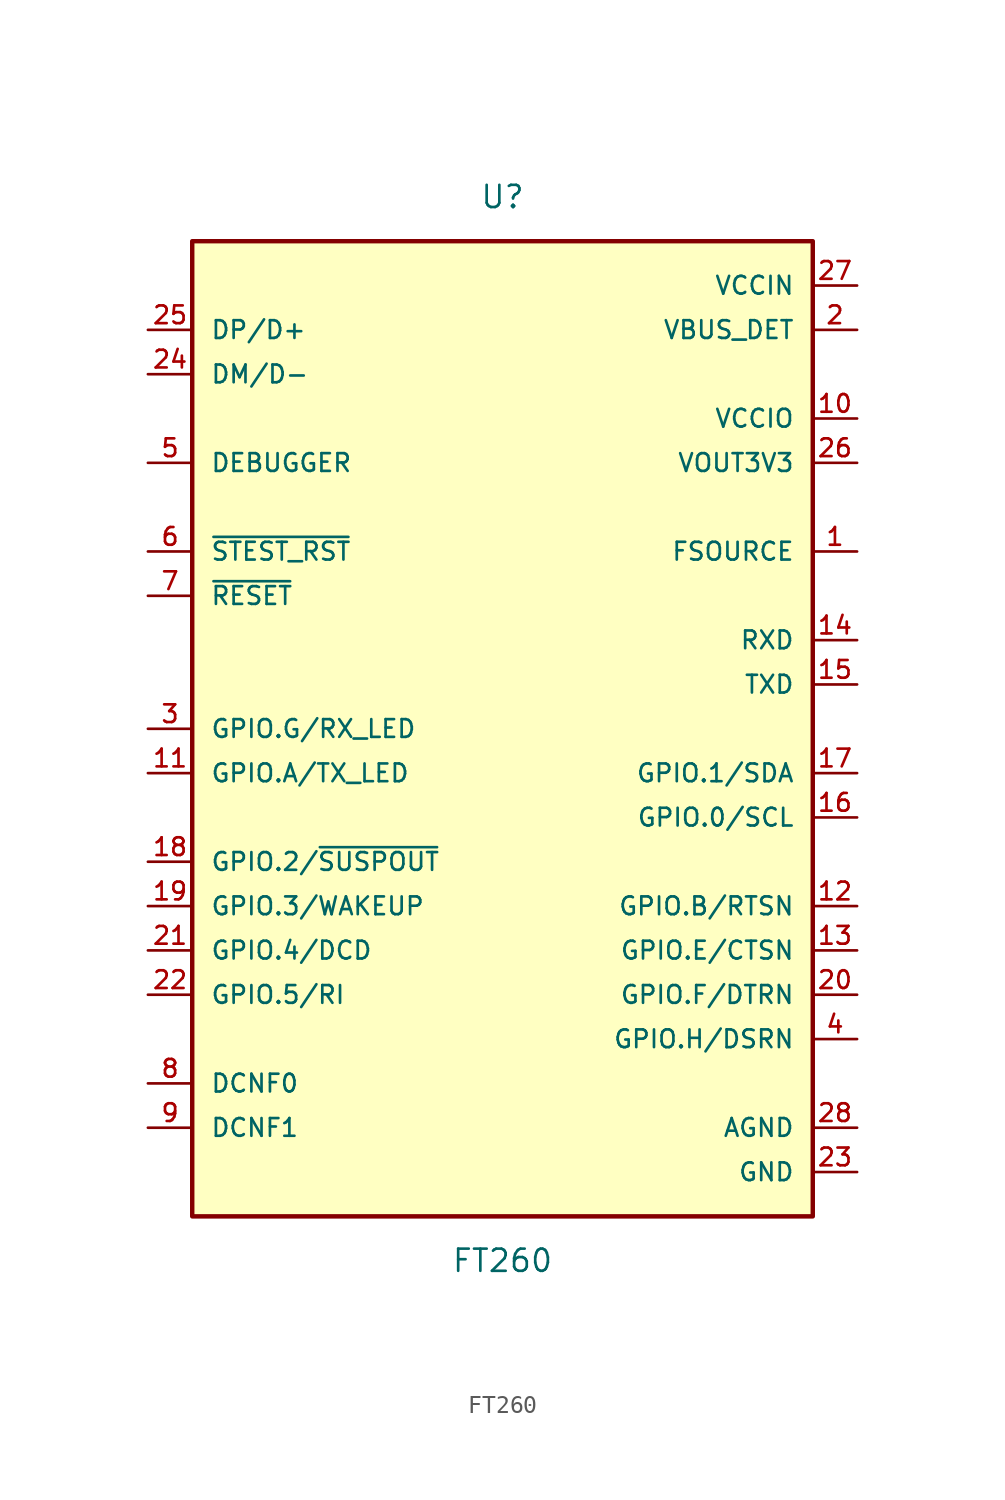
<source format=kicad_sym>
(kicad_symbol_lib
  (version 20211014)
  (generator kicad_symbol_editor)
  (symbol "FT260"
    (pin_names
      (offset 1.016))
    (property "Reference" "U"
      (at 0.0 30.48 0)
      (effects (font (size 1.27 1.27))))
    (property "Value" "FT260"
      (at 0.0 -30.48 0)
      (effects (font (size 1.27 1.27))))
    (symbol "FT260_0_0"
      (rectangle (start -17.78 -27.94) (end 17.78 27.94) (stroke (width 0.254)) (fill (type background)))
      (pin bidirectional line (at -20.32 15.24 0) (length 2.54) (name "DEBUGGER" (effects (font (size 1.016 1.016)))) (number "5" (effects (font (size 1.016 1.016)))))
      (pin input line (at -20.32 10.16 0) (length 2.54) (name "~{STEST_RST}" (effects (font (size 1.016 1.016)))) (number "6" (effects (font (size 1.016 1.016)))))
      (pin input line (at -20.32 7.62 0) (length 2.54) (name "~{RESET}" (effects (font (size 1.016 1.016)))) (number "7" (effects (font (size 1.016 1.016)))))
      (pin input line (at -20.32 -20.32 0) (length 2.54) (name "DCNF0" (effects (font (size 1.016 1.016)))) (number "8" (effects (font (size 1.016 1.016)))))
      (pin input line (at -20.32 -22.86 0) (length 2.54) (name "DCNF1" (effects (font (size 1.016 1.016)))) (number "9" (effects (font (size 1.016 1.016)))))
      (pin power_in line (at 20.32 17.78 180.0) (length 2.54) (name "VCCIO" (effects (font (size 1.016 1.016)))) (number "10" (effects (font (size 1.016 1.016)))))
      (pin bidirectional line (at -20.32 -2.54 0) (length 2.54) (name "GPIO.A/TX_LED" (effects (font (size 1.016 1.016)))) (number "11" (effects (font (size 1.016 1.016)))))
      (pin bidirectional line (at 20.32 -10.16 180.0) (length 2.54) (name "GPIO.B/RTSN" (effects (font (size 1.016 1.016)))) (number "12" (effects (font (size 1.016 1.016)))))
      (pin bidirectional line (at 20.32 -12.7 180.0) (length 2.54) (name "GPIO.E/CTSN" (effects (font (size 1.016 1.016)))) (number "13" (effects (font (size 1.016 1.016)))))
      (pin bidirectional line (at 20.32 5.08 180.0) (length 2.54) (name "RXD" (effects (font (size 1.016 1.016)))) (number "14" (effects (font (size 1.016 1.016)))))
      (pin bidirectional line (at 20.32 2.54 180.0) (length 2.54) (name "TXD" (effects (font (size 1.016 1.016)))) (number "15" (effects (font (size 1.016 1.016)))))
      (pin bidirectional line (at 20.32 -5.08 180.0) (length 2.54) (name "GPIO.0/SCL" (effects (font (size 1.016 1.016)))) (number "16" (effects (font (size 1.016 1.016)))))
      (pin bidirectional line (at 20.32 -2.54 180.0) (length 2.54) (name "GPIO.1/SDA" (effects (font (size 1.016 1.016)))) (number "17" (effects (font (size 1.016 1.016)))))
      (pin bidirectional line (at -20.32 -7.62 0) (length 2.54) (name "GPIO.2/~{SUSPOUT}" (effects (font (size 1.016 1.016)))) (number "18" (effects (font (size 1.016 1.016)))))
      (pin bidirectional line (at -20.32 -10.16 0) (length 2.54) (name "GPIO.3/WAKEUP" (effects (font (size 1.016 1.016)))) (number "19" (effects (font (size 1.016 1.016)))))
      (pin bidirectional line (at 20.32 -15.24 180.0) (length 2.54) (name "GPIO.F/DTRN" (effects (font (size 1.016 1.016)))) (number "20" (effects (font (size 1.016 1.016)))))
      (pin bidirectional line (at -20.32 -12.7 0) (length 2.54) (name "GPIO.4/DCD" (effects (font (size 1.016 1.016)))) (number "21" (effects (font (size 1.016 1.016)))))
      (pin bidirectional line (at -20.32 -15.24 0) (length 2.54) (name "GPIO.5/RI" (effects (font (size 1.016 1.016)))) (number "22" (effects (font (size 1.016 1.016)))))
      (pin power_in line (at 20.32 -25.4 180.0) (length 2.54) (name "GND" (effects (font (size 1.016 1.016)))) (number "23" (effects (font (size 1.016 1.016)))))
      (pin bidirectional line (at -20.32 20.32 0) (length 2.54) (name "DM/D-" (effects (font (size 1.016 1.016)))) (number "24" (effects (font (size 1.016 1.016)))))
      (pin bidirectional line (at -20.32 22.86 0) (length 2.54) (name "DP/D+" (effects (font (size 1.016 1.016)))) (number "25" (effects (font (size 1.016 1.016)))))
      (pin power_in line (at 20.32 15.24 180.0) (length 2.54) (name "VOUT3V3" (effects (font (size 1.016 1.016)))) (number "26" (effects (font (size 1.016 1.016)))))
      (pin power_in line (at 20.32 25.4 180.0) (length 2.54) (name "VCCIN" (effects (font (size 1.016 1.016)))) (number "27" (effects (font (size 1.016 1.016)))))
      (pin power_in line (at 20.32 -22.86 180.0) (length 2.54) (name "AGND" (effects (font (size 1.016 1.016)))) (number "28" (effects (font (size 1.016 1.016)))))
      (pin power_in line (at 20.32 10.16 180.0) (length 2.54) (name "FSOURCE" (effects (font (size 1.016 1.016)))) (number "1" (effects (font (size 1.016 1.016)))))
      (pin input line (at 20.32 22.86 180.0) (length 2.54) (name "VBUS_DET" (effects (font (size 1.016 1.016)))) (number "2" (effects (font (size 1.016 1.016)))))
      (pin bidirectional line (at -20.32 0.0 0) (length 2.54) (name "GPIO.G/RX_LED" (effects (font (size 1.016 1.016)))) (number "3" (effects (font (size 1.016 1.016)))))
      (pin bidirectional line (at 20.32 -17.78 180.0) (length 2.54) (name "GPIO.H/DSRN" (effects (font (size 1.016 1.016)))) (number "4" (effects (font (size 1.016 1.016))))))))
</source>
